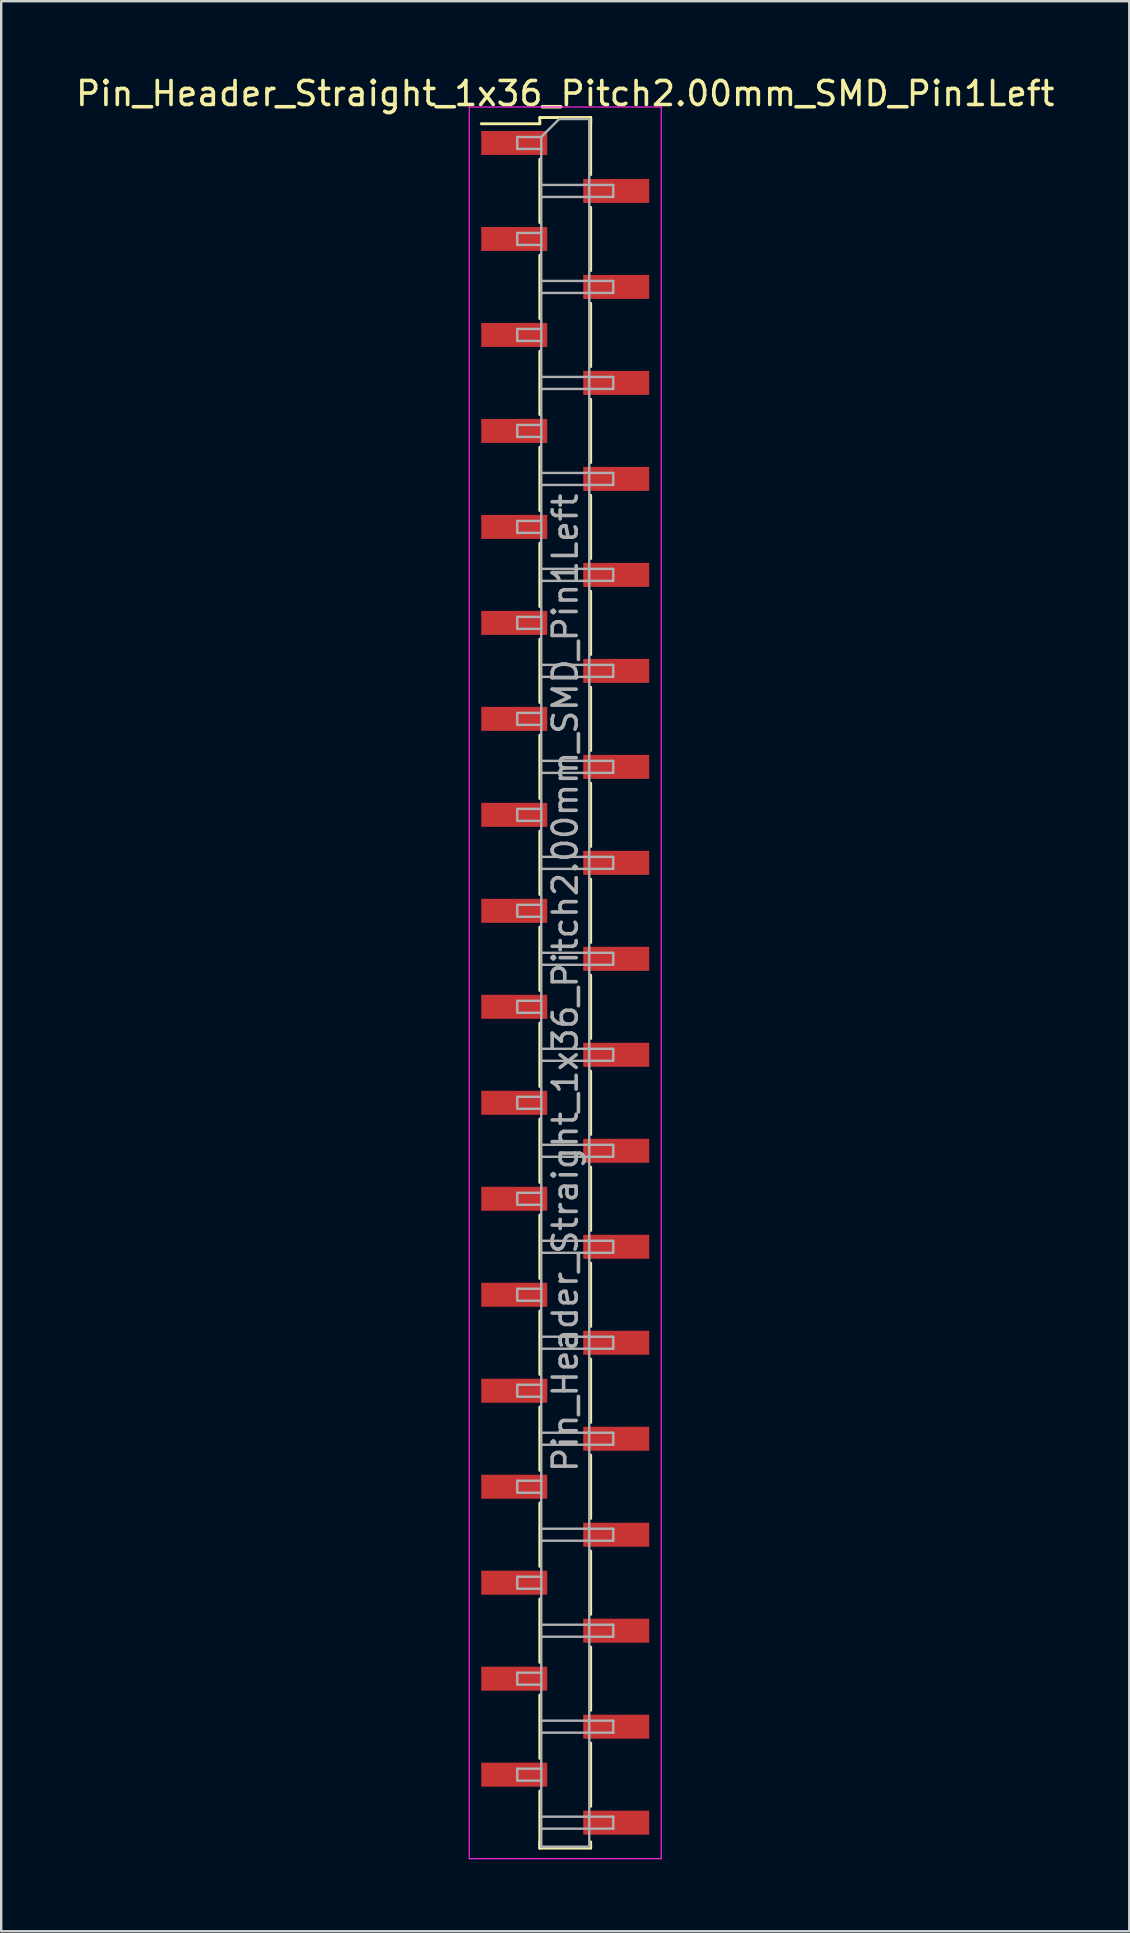
<source format=kicad_pcb>
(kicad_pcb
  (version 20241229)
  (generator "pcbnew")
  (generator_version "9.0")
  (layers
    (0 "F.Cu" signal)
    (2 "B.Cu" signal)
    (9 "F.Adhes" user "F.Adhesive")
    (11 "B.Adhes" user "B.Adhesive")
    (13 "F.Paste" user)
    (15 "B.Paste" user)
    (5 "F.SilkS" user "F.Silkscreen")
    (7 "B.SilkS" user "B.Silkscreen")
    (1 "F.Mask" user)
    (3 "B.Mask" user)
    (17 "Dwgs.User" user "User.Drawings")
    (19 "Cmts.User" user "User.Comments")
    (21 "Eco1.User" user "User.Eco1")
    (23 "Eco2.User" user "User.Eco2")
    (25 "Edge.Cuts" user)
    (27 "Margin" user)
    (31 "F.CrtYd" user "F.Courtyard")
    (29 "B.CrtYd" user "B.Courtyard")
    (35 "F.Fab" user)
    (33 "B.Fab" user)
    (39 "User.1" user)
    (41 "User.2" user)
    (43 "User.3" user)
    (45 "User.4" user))
  (footprint "Pin_Header_Straight_1x36_Pitch2.00mm_SMD_Pin1Left"
    (layer "F.Cu")
    (at 20.506 37.908)
    (property "Reference" "Pin_Header_Straight_1x36_Pitch2.00mm_SMD_Pin1Left" (at 0 -37.06 0) (layer "F.SilkS") (effects (font (size 1 1) (thickness 0.15))))
    (attr smd)
    (fp_line (start -1.06 -36.06) (end 1.06 -36.06) (stroke (width 0.12) (type solid)) (layer "F.SilkS"))
    (fp_line (start -1.06 -35.8) (end -3.5 -35.8) (stroke (width 0.12) (type solid)) (layer "F.SilkS"))
    (fp_line (start -1.06 -35.8) (end -1.06 -36.06) (stroke (width 0.12) (type solid)) (layer "F.SilkS"))
    (fp_line (start -1.06 -34.32) (end -1.06 -31.68) (stroke (width 0.12) (type solid)) (layer "F.SilkS"))
    (fp_line (start -1.06 -30.32) (end -1.06 -27.68) (stroke (width 0.12) (type solid)) (layer "F.SilkS"))
    (fp_line (start -1.06 -26.32) (end -1.06 -23.68) (stroke (width 0.12) (type solid)) (layer "F.SilkS"))
    (fp_line (start -1.06 -22.32) (end -1.06 -19.68) (stroke (width 0.12) (type solid)) (layer "F.SilkS"))
    (fp_line (start -1.06 -18.32) (end -1.06 -15.68) (stroke (width 0.12) (type solid)) (layer "F.SilkS"))
    (fp_line (start -1.06 -14.32) (end -1.06 -11.68) (stroke (width 0.12) (type solid)) (layer "F.SilkS"))
    (fp_line (start -1.06 -10.32) (end -1.06 -7.68) (stroke (width 0.12) (type solid)) (layer "F.SilkS"))
    (fp_line (start -1.06 -6.32) (end -1.06 -3.68) (stroke (width 0.12) (type solid)) (layer "F.SilkS"))
    (fp_line (start -1.06 -2.32) (end -1.06 0.32) (stroke (width 0.12) (type solid)) (layer "F.SilkS"))
    (fp_line (start -1.06 1.68) (end -1.06 4.32) (stroke (width 0.12) (type solid)) (layer "F.SilkS"))
    (fp_line (start -1.06 5.68) (end -1.06 8.32) (stroke (width 0.12) (type solid)) (layer "F.SilkS"))
    (fp_line (start -1.06 9.68) (end -1.06 12.32) (stroke (width 0.12) (type solid)) (layer "F.SilkS"))
    (fp_line (start -1.06 13.68) (end -1.06 16.32) (stroke (width 0.12) (type solid)) (layer "F.SilkS"))
    (fp_line (start -1.06 17.68) (end -1.06 20.32) (stroke (width 0.12) (type solid)) (layer "F.SilkS"))
    (fp_line (start -1.06 21.68) (end -1.06 24.32) (stroke (width 0.12) (type solid)) (layer "F.SilkS"))
    (fp_line (start -1.06 25.68) (end -1.06 28.32) (stroke (width 0.12) (type solid)) (layer "F.SilkS"))
    (fp_line (start -1.06 29.68) (end -1.06 32.32) (stroke (width 0.12) (type solid)) (layer "F.SilkS"))
    (fp_line (start -1.06 33.68) (end -1.06 36.06) (stroke (width 0.12) (type solid)) (layer "F.SilkS"))
    (fp_line (start -1.06 35.8) (end -1.06 36.06) (stroke (width 0.12) (type solid)) (layer "F.SilkS"))
    (fp_line (start -1.06 36.06) (end 1.06 36.06) (stroke (width 0.12) (type solid)) (layer "F.SilkS"))
    (fp_line (start 1.06 -36.06) (end 1.06 -35.8) (stroke (width 0.12) (type solid)) (layer "F.SilkS"))
    (fp_line (start 1.06 -36.06) (end 1.06 -33.68) (stroke (width 0.12) (type solid)) (layer "F.SilkS"))
    (fp_line (start 1.06 -32.32) (end 1.06 -29.68) (stroke (width 0.12) (type solid)) (layer "F.SilkS"))
    (fp_line (start 1.06 -28.32) (end 1.06 -25.68) (stroke (width 0.12) (type solid)) (layer "F.SilkS"))
    (fp_line (start 1.06 -24.32) (end 1.06 -21.68) (stroke (width 0.12) (type solid)) (layer "F.SilkS"))
    (fp_line (start 1.06 -20.32) (end 1.06 -17.68) (stroke (width 0.12) (type solid)) (layer "F.SilkS"))
    (fp_line (start 1.06 -16.32) (end 1.06 -13.68) (stroke (width 0.12) (type solid)) (layer "F.SilkS"))
    (fp_line (start 1.06 -12.32) (end 1.06 -9.68) (stroke (width 0.12) (type solid)) (layer "F.SilkS"))
    (fp_line (start 1.06 -8.32) (end 1.06 -5.68) (stroke (width 0.12) (type solid)) (layer "F.SilkS"))
    (fp_line (start 1.06 -4.32) (end 1.06 -1.68) (stroke (width 0.12) (type solid)) (layer "F.SilkS"))
    (fp_line (start 1.06 -0.32) (end 1.06 2.32) (stroke (width 0.12) (type solid)) (layer "F.SilkS"))
    (fp_line (start 1.06 3.68) (end 1.06 6.32) (stroke (width 0.12) (type solid)) (layer "F.SilkS"))
    (fp_line (start 1.06 7.68) (end 1.06 10.32) (stroke (width 0.12) (type solid)) (layer "F.SilkS"))
    (fp_line (start 1.06 11.68) (end 1.06 14.32) (stroke (width 0.12) (type solid)) (layer "F.SilkS"))
    (fp_line (start 1.06 15.68) (end 1.06 18.32) (stroke (width 0.12) (type solid)) (layer "F.SilkS"))
    (fp_line (start 1.06 19.68) (end 1.06 22.32) (stroke (width 0.12) (type solid)) (layer "F.SilkS"))
    (fp_line (start 1.06 23.68) (end 1.06 26.32) (stroke (width 0.12) (type solid)) (layer "F.SilkS"))
    (fp_line (start 1.06 27.68) (end 1.06 30.32) (stroke (width 0.12) (type solid)) (layer "F.SilkS"))
    (fp_line (start 1.06 31.68) (end 1.06 34.32) (stroke (width 0.12) (type solid)) (layer "F.SilkS"))
    (fp_line (start 1.06 36.06) (end 1.06 35.8) (stroke (width 0.12) (type solid)) (layer "F.SilkS"))
    (fp_line (start -4 -36.5) (end -4 36.5) (stroke (width 0.05) (type solid)) (layer "F.CrtYd"))
    (fp_line (start -4 36.5) (end 4 36.5) (stroke (width 0.05) (type solid)) (layer "F.CrtYd"))
    (fp_line (start 4 -36.5) (end -4 -36.5) (stroke (width 0.05) (type solid)) (layer "F.CrtYd"))
    (fp_line (start 4 36.5) (end 4 -36.5) (stroke (width 0.05) (type solid)) (layer "F.CrtYd"))
    (fp_line (start -2 -35.25) (end -2 -34.75) (stroke (width 0.1) (type solid)) (layer "F.Fab"))
    (fp_line (start -2 -34.75) (end -1 -34.75) (stroke (width 0.1) (type solid)) (layer "F.Fab"))
    (fp_line (start -2 -31.25) (end -2 -30.75) (stroke (width 0.1) (type solid)) (layer "F.Fab"))
    (fp_line (start -2 -30.75) (end -1 -30.75) (stroke (width 0.1) (type solid)) (layer "F.Fab"))
    (fp_line (start -2 -27.25) (end -2 -26.75) (stroke (width 0.1) (type solid)) (layer "F.Fab"))
    (fp_line (start -2 -26.75) (end -1 -26.75) (stroke (width 0.1) (type solid)) (layer "F.Fab"))
    (fp_line (start -2 -23.25) (end -2 -22.75) (stroke (width 0.1) (type solid)) (layer "F.Fab"))
    (fp_line (start -2 -22.75) (end -1 -22.75) (stroke (width 0.1) (type solid)) (layer "F.Fab"))
    (fp_line (start -2 -19.25) (end -2 -18.75) (stroke (width 0.1) (type solid)) (layer "F.Fab"))
    (fp_line (start -2 -18.75) (end -1 -18.75) (stroke (width 0.1) (type solid)) (layer "F.Fab"))
    (fp_line (start -2 -15.25) (end -2 -14.75) (stroke (width 0.1) (type solid)) (layer "F.Fab"))
    (fp_line (start -2 -14.75) (end -1 -14.75) (stroke (width 0.1) (type solid)) (layer "F.Fab"))
    (fp_line (start -2 -11.25) (end -2 -10.75) (stroke (width 0.1) (type solid)) (layer "F.Fab"))
    (fp_line (start -2 -10.75) (end -1 -10.75) (stroke (width 0.1) (type solid)) (layer "F.Fab"))
    (fp_line (start -2 -7.25) (end -2 -6.75) (stroke (width 0.1) (type solid)) (layer "F.Fab"))
    (fp_line (start -2 -6.75) (end -1 -6.75) (stroke (width 0.1) (type solid)) (layer "F.Fab"))
    (fp_line (start -2 -3.25) (end -2 -2.75) (stroke (width 0.1) (type solid)) (layer "F.Fab"))
    (fp_line (start -2 -2.75) (end -1 -2.75) (stroke (width 0.1) (type solid)) (layer "F.Fab"))
    (fp_line (start -2 0.75) (end -2 1.25) (stroke (width 0.1) (type solid)) (layer "F.Fab"))
    (fp_line (start -2 1.25) (end -1 1.25) (stroke (width 0.1) (type solid)) (layer "F.Fab"))
    (fp_line (start -2 4.75) (end -2 5.25) (stroke (width 0.1) (type solid)) (layer "F.Fab"))
    (fp_line (start -2 5.25) (end -1 5.25) (stroke (width 0.1) (type solid)) (layer "F.Fab"))
    (fp_line (start -2 8.75) (end -2 9.25) (stroke (width 0.1) (type solid)) (layer "F.Fab"))
    (fp_line (start -2 9.25) (end -1 9.25) (stroke (width 0.1) (type solid)) (layer "F.Fab"))
    (fp_line (start -2 12.75) (end -2 13.25) (stroke (width 0.1) (type solid)) (layer "F.Fab"))
    (fp_line (start -2 13.25) (end -1 13.25) (stroke (width 0.1) (type solid)) (layer "F.Fab"))
    (fp_line (start -2 16.75) (end -2 17.25) (stroke (width 0.1) (type solid)) (layer "F.Fab"))
    (fp_line (start -2 17.25) (end -1 17.25) (stroke (width 0.1) (type solid)) (layer "F.Fab"))
    (fp_line (start -2 20.75) (end -2 21.25) (stroke (width 0.1) (type solid)) (layer "F.Fab"))
    (fp_line (start -2 21.25) (end -1 21.25) (stroke (width 0.1) (type solid)) (layer "F.Fab"))
    (fp_line (start -2 24.75) (end -2 25.25) (stroke (width 0.1) (type solid)) (layer "F.Fab"))
    (fp_line (start -2 25.25) (end -1 25.25) (stroke (width 0.1) (type solid)) (layer "F.Fab"))
    (fp_line (start -2 28.75) (end -2 29.25) (stroke (width 0.1) (type solid)) (layer "F.Fab"))
    (fp_line (start -2 29.25) (end -1 29.25) (stroke (width 0.1) (type solid)) (layer "F.Fab"))
    (fp_line (start -2 32.75) (end -2 33.25) (stroke (width 0.1) (type solid)) (layer "F.Fab"))
    (fp_line (start -2 33.25) (end -1 33.25) (stroke (width 0.1) (type solid)) (layer "F.Fab"))
    (fp_line (start -1 -35.25) (end -2 -35.25) (stroke (width 0.1) (type solid)) (layer "F.Fab"))
    (fp_line (start -1 -35.25) (end -0.25 -36) (stroke (width 0.1) (type solid)) (layer "F.Fab"))
    (fp_line (start -1 -33.25) (end 2 -33.25) (stroke (width 0.1) (type solid)) (layer "F.Fab"))
    (fp_line (start -1 -31.25) (end -2 -31.25) (stroke (width 0.1) (type solid)) (layer "F.Fab"))
    (fp_line (start -1 -29.25) (end 2 -29.25) (stroke (width 0.1) (type solid)) (layer "F.Fab"))
    (fp_line (start -1 -27.25) (end -2 -27.25) (stroke (width 0.1) (type solid)) (layer "F.Fab"))
    (fp_line (start -1 -25.25) (end 2 -25.25) (stroke (width 0.1) (type solid)) (layer "F.Fab"))
    (fp_line (start -1 -23.25) (end -2 -23.25) (stroke (width 0.1) (type solid)) (layer "F.Fab"))
    (fp_line (start -1 -21.25) (end 2 -21.25) (stroke (width 0.1) (type solid)) (layer "F.Fab"))
    (fp_line (start -1 -19.25) (end -2 -19.25) (stroke (width 0.1) (type solid)) (layer "F.Fab"))
    (fp_line (start -1 -17.25) (end 2 -17.25) (stroke (width 0.1) (type solid)) (layer "F.Fab"))
    (fp_line (start -1 -15.25) (end -2 -15.25) (stroke (width 0.1) (type solid)) (layer "F.Fab"))
    (fp_line (start -1 -13.25) (end 2 -13.25) (stroke (width 0.1) (type solid)) (layer "F.Fab"))
    (fp_line (start -1 -11.25) (end -2 -11.25) (stroke (width 0.1) (type solid)) (layer "F.Fab"))
    (fp_line (start -1 -9.25) (end 2 -9.25) (stroke (width 0.1) (type solid)) (layer "F.Fab"))
    (fp_line (start -1 -7.25) (end -2 -7.25) (stroke (width 0.1) (type solid)) (layer "F.Fab"))
    (fp_line (start -1 -5.25) (end 2 -5.25) (stroke (width 0.1) (type solid)) (layer "F.Fab"))
    (fp_line (start -1 -3.25) (end -2 -3.25) (stroke (width 0.1) (type solid)) (layer "F.Fab"))
    (fp_line (start -1 -1.25) (end 2 -1.25) (stroke (width 0.1) (type solid)) (layer "F.Fab"))
    (fp_line (start -1 0.75) (end -2 0.75) (stroke (width 0.1) (type solid)) (layer "F.Fab"))
    (fp_line (start -1 2.75) (end 2 2.75) (stroke (width 0.1) (type solid)) (layer "F.Fab"))
    (fp_line (start -1 4.75) (end -2 4.75) (stroke (width 0.1) (type solid)) (layer "F.Fab"))
    (fp_line (start -1 6.75) (end 2 6.75) (stroke (width 0.1) (type solid)) (layer "F.Fab"))
    (fp_line (start -1 8.75) (end -2 8.75) (stroke (width 0.1) (type solid)) (layer "F.Fab"))
    (fp_line (start -1 10.75) (end 2 10.75) (stroke (width 0.1) (type solid)) (layer "F.Fab"))
    (fp_line (start -1 12.75) (end -2 12.75) (stroke (width 0.1) (type solid)) (layer "F.Fab"))
    (fp_line (start -1 14.75) (end 2 14.75) (stroke (width 0.1) (type solid)) (layer "F.Fab"))
    (fp_line (start -1 16.75) (end -2 16.75) (stroke (width 0.1) (type solid)) (layer "F.Fab"))
    (fp_line (start -1 18.75) (end 2 18.75) (stroke (width 0.1) (type solid)) (layer "F.Fab"))
    (fp_line (start -1 20.75) (end -2 20.75) (stroke (width 0.1) (type solid)) (layer "F.Fab"))
    (fp_line (start -1 22.75) (end 2 22.75) (stroke (width 0.1) (type solid)) (layer "F.Fab"))
    (fp_line (start -1 24.75) (end -2 24.75) (stroke (width 0.1) (type solid)) (layer "F.Fab"))
    (fp_line (start -1 26.75) (end 2 26.75) (stroke (width 0.1) (type solid)) (layer "F.Fab"))
    (fp_line (start -1 28.75) (end -2 28.75) (stroke (width 0.1) (type solid)) (layer "F.Fab"))
    (fp_line (start -1 30.75) (end 2 30.75) (stroke (width 0.1) (type solid)) (layer "F.Fab"))
    (fp_line (start -1 32.75) (end -2 32.75) (stroke (width 0.1) (type solid)) (layer "F.Fab"))
    (fp_line (start -1 34.75) (end 2 34.75) (stroke (width 0.1) (type solid)) (layer "F.Fab"))
    (fp_line (start -1 36) (end -1 -35.25) (stroke (width 0.1) (type solid)) (layer "F.Fab"))
    (fp_line (start -0.25 -36) (end 1 -36) (stroke (width 0.1) (type solid)) (layer "F.Fab"))
    (fp_line (start 1 -36) (end 1 36) (stroke (width 0.1) (type solid)) (layer "F.Fab"))
    (fp_line (start 1 36) (end -1 36) (stroke (width 0.1) (type solid)) (layer "F.Fab"))
    (fp_line (start 2 -33.25) (end 2 -32.75) (stroke (width 0.1) (type solid)) (layer "F.Fab"))
    (fp_line (start 2 -32.75) (end -1 -32.75) (stroke (width 0.1) (type solid)) (layer "F.Fab"))
    (fp_line (start 2 -29.25) (end 2 -28.75) (stroke (width 0.1) (type solid)) (layer "F.Fab"))
    (fp_line (start 2 -28.75) (end -1 -28.75) (stroke (width 0.1) (type solid)) (layer "F.Fab"))
    (fp_line (start 2 -25.25) (end 2 -24.75) (stroke (width 0.1) (type solid)) (layer "F.Fab"))
    (fp_line (start 2 -24.75) (end -1 -24.75) (stroke (width 0.1) (type solid)) (layer "F.Fab"))
    (fp_line (start 2 -21.25) (end 2 -20.75) (stroke (width 0.1) (type solid)) (layer "F.Fab"))
    (fp_line (start 2 -20.75) (end -1 -20.75) (stroke (width 0.1) (type solid)) (layer "F.Fab"))
    (fp_line (start 2 -17.25) (end 2 -16.75) (stroke (width 0.1) (type solid)) (layer "F.Fab"))
    (fp_line (start 2 -16.75) (end -1 -16.75) (stroke (width 0.1) (type solid)) (layer "F.Fab"))
    (fp_line (start 2 -13.25) (end 2 -12.75) (stroke (width 0.1) (type solid)) (layer "F.Fab"))
    (fp_line (start 2 -12.75) (end -1 -12.75) (stroke (width 0.1) (type solid)) (layer "F.Fab"))
    (fp_line (start 2 -9.25) (end 2 -8.75) (stroke (width 0.1) (type solid)) (layer "F.Fab"))
    (fp_line (start 2 -8.75) (end -1 -8.75) (stroke (width 0.1) (type solid)) (layer "F.Fab"))
    (fp_line (start 2 -5.25) (end 2 -4.75) (stroke (width 0.1) (type solid)) (layer "F.Fab"))
    (fp_line (start 2 -4.75) (end -1 -4.75) (stroke (width 0.1) (type solid)) (layer "F.Fab"))
    (fp_line (start 2 -1.25) (end 2 -0.75) (stroke (width 0.1) (type solid)) (layer "F.Fab"))
    (fp_line (start 2 -0.75) (end -1 -0.75) (stroke (width 0.1) (type solid)) (layer "F.Fab"))
    (fp_line (start 2 2.75) (end 2 3.25) (stroke (width 0.1) (type solid)) (layer "F.Fab"))
    (fp_line (start 2 3.25) (end -1 3.25) (stroke (width 0.1) (type solid)) (layer "F.Fab"))
    (fp_line (start 2 6.75) (end 2 7.25) (stroke (width 0.1) (type solid)) (layer "F.Fab"))
    (fp_line (start 2 7.25) (end -1 7.25) (stroke (width 0.1) (type solid)) (layer "F.Fab"))
    (fp_line (start 2 10.75) (end 2 11.25) (stroke (width 0.1) (type solid)) (layer "F.Fab"))
    (fp_line (start 2 11.25) (end -1 11.25) (stroke (width 0.1) (type solid)) (layer "F.Fab"))
    (fp_line (start 2 14.75) (end 2 15.25) (stroke (width 0.1) (type solid)) (layer "F.Fab"))
    (fp_line (start 2 15.25) (end -1 15.25) (stroke (width 0.1) (type solid)) (layer "F.Fab"))
    (fp_line (start 2 18.75) (end 2 19.25) (stroke (width 0.1) (type solid)) (layer "F.Fab"))
    (fp_line (start 2 19.25) (end -1 19.25) (stroke (width 0.1) (type solid)) (layer "F.Fab"))
    (fp_line (start 2 22.75) (end 2 23.25) (stroke (width 0.1) (type solid)) (layer "F.Fab"))
    (fp_line (start 2 23.25) (end -1 23.25) (stroke (width 0.1) (type solid)) (layer "F.Fab"))
    (fp_line (start 2 26.75) (end 2 27.25) (stroke (width 0.1) (type solid)) (layer "F.Fab"))
    (fp_line (start 2 27.25) (end -1 27.25) (stroke (width 0.1) (type solid)) (layer "F.Fab"))
    (fp_line (start 2 30.75) (end 2 31.25) (stroke (width 0.1) (type solid)) (layer "F.Fab"))
    (fp_line (start 2 31.25) (end -1 31.25) (stroke (width 0.1) (type solid)) (layer "F.Fab"))
    (fp_line (start 2 34.75) (end 2 35.25) (stroke (width 0.1) (type solid)) (layer "F.Fab"))
    (fp_line (start 2 35.25) (end -1 35.25) (stroke (width 0.1) (type solid)) (layer "F.Fab"))
    (fp_text user "${REFERENCE}" (at 0 0 90) (layer "F.Fab") (effects (font (size 1 1) (thickness 0.15))))
    (pad "1" smd rect (at -2.125 -35) (size 2.75 1) (layers "F.Cu" "F.Mask"))
    (pad "2" smd rect (at 2.125 -33) (size 2.75 1) (layers "F.Cu" "F.Mask"))
    (pad "3" smd rect (at -2.125 -31) (size 2.75 1) (layers "F.Cu" "F.Mask"))
    (pad "4" smd rect (at 2.125 -29) (size 2.75 1) (layers "F.Cu" "F.Mask"))
    (pad "5" smd rect (at -2.125 -27) (size 2.75 1) (layers "F.Cu" "F.Mask"))
    (pad "6" smd rect (at 2.125 -25) (size 2.75 1) (layers "F.Cu" "F.Mask"))
    (pad "7" smd rect (at -2.125 -23) (size 2.75 1) (layers "F.Cu" "F.Mask"))
    (pad "8" smd rect (at 2.125 -21) (size 2.75 1) (layers "F.Cu" "F.Mask"))
    (pad "9" smd rect (at -2.125 -19) (size 2.75 1) (layers "F.Cu" "F.Mask"))
    (pad "10" smd rect (at 2.125 -17) (size 2.75 1) (layers "F.Cu" "F.Mask"))
    (pad "11" smd rect (at -2.125 -15) (size 2.75 1) (layers "F.Cu" "F.Mask"))
    (pad "12" smd rect (at 2.125 -13) (size 2.75 1) (layers "F.Cu" "F.Mask"))
    (pad "13" smd rect (at -2.125 -11) (size 2.75 1) (layers "F.Cu" "F.Mask"))
    (pad "14" smd rect (at 2.125 -9) (size 2.75 1) (layers "F.Cu" "F.Mask"))
    (pad "15" smd rect (at -2.125 -7) (size 2.75 1) (layers "F.Cu" "F.Mask"))
    (pad "16" smd rect (at 2.125 -5) (size 2.75 1) (layers "F.Cu" "F.Mask"))
    (pad "17" smd rect (at -2.125 -3) (size 2.75 1) (layers "F.Cu" "F.Mask"))
    (pad "18" smd rect (at 2.125 -1) (size 2.75 1) (layers "F.Cu" "F.Mask"))
    (pad "19" smd rect (at -2.125 1) (size 2.75 1) (layers "F.Cu" "F.Mask"))
    (pad "20" smd rect (at 2.125 3) (size 2.75 1) (layers "F.Cu" "F.Mask"))
    (pad "21" smd rect (at -2.125 5) (size 2.75 1) (layers "F.Cu" "F.Mask"))
    (pad "22" smd rect (at 2.125 7) (size 2.75 1) (layers "F.Cu" "F.Mask"))
    (pad "23" smd rect (at -2.125 9) (size 2.75 1) (layers "F.Cu" "F.Mask"))
    (pad "24" smd rect (at 2.125 11) (size 2.75 1) (layers "F.Cu" "F.Mask"))
    (pad "25" smd rect (at -2.125 13) (size 2.75 1) (layers "F.Cu" "F.Mask"))
    (pad "26" smd rect (at 2.125 15) (size 2.75 1) (layers "F.Cu" "F.Mask"))
    (pad "27" smd rect (at -2.125 17) (size 2.75 1) (layers "F.Cu" "F.Mask"))
    (pad "28" smd rect (at 2.125 19) (size 2.75 1) (layers "F.Cu" "F.Mask"))
    (pad "29" smd rect (at -2.125 21) (size 2.75 1) (layers "F.Cu" "F.Mask"))
    (pad "30" smd rect (at 2.125 23) (size 2.75 1) (layers "F.Cu" "F.Mask"))
    (pad "31" smd rect (at -2.125 25) (size 2.75 1) (layers "F.Cu" "F.Mask"))
    (pad "32" smd rect (at 2.125 27) (size 2.75 1) (layers "F.Cu" "F.Mask"))
    (pad "33" smd rect (at -2.125 29) (size 2.75 1) (layers "F.Cu" "F.Mask"))
    (pad "34" smd rect (at 2.125 31) (size 2.75 1) (layers "F.Cu" "F.Mask"))
    (pad "35" smd rect (at -2.125 33) (size 2.75 1) (layers "F.Cu" "F.Mask"))
    (pad "36" smd rect (at 2.125 35) (size 2.75 1) (layers "F.Cu" "F.Mask")))
  (gr_rect
    (start -3 -3)
    (end 44.012 77.433)
    (stroke (width 0.1) (type default))
    (fill no)
    (layer "Edge.Cuts")))
</source>
